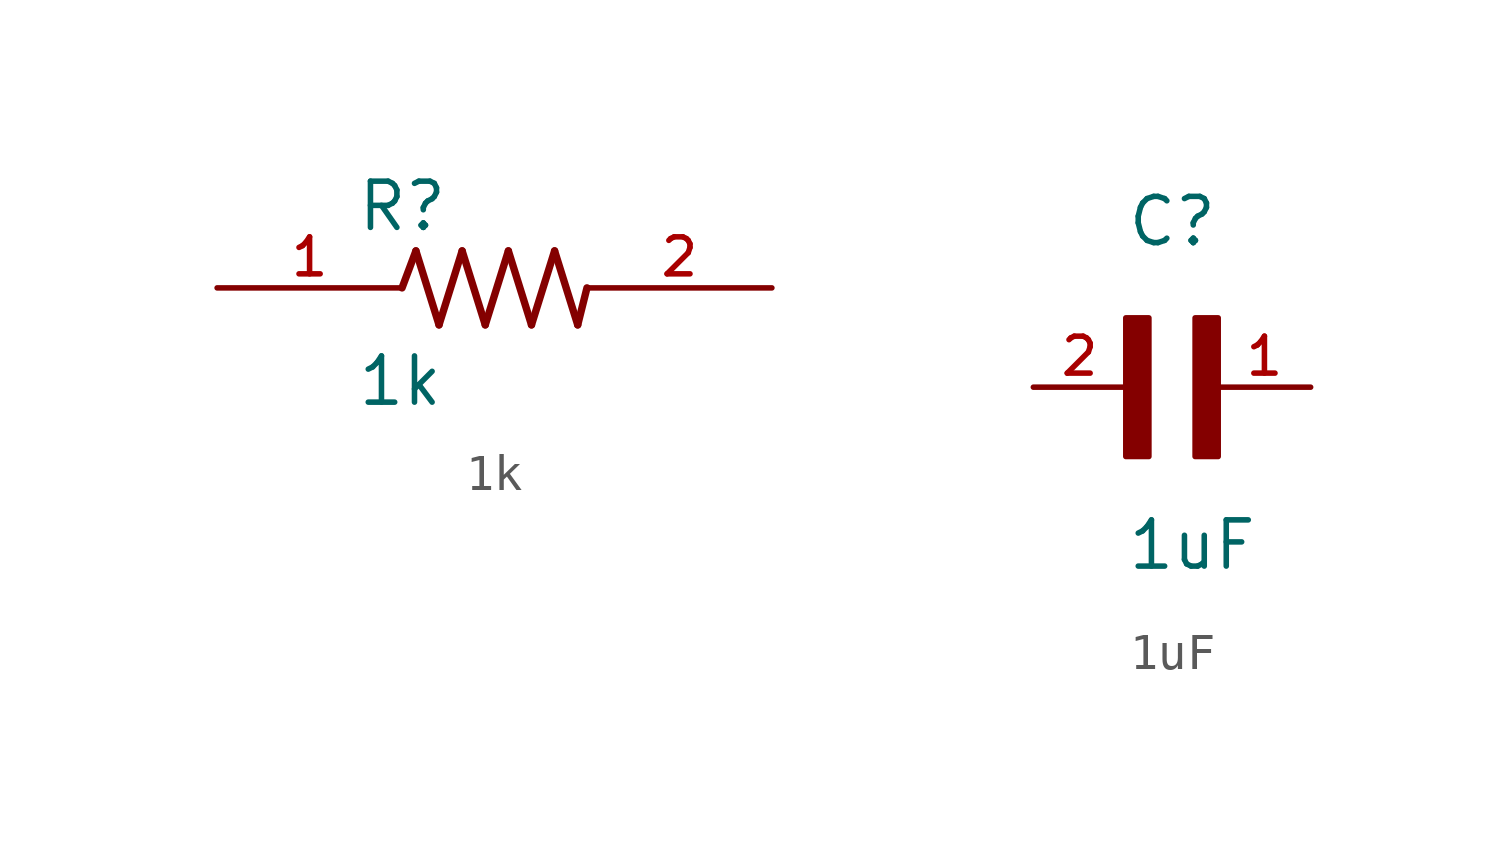
<source format=kicad_sym>
(kicad_symbol_lib
  (version 20211014)
  (generator kicad_symbol_editor)
  (symbol "1k"
    (pin_names
      (offset 1.016) hide)
    (property "Reference" "R"
      (at -3.81 1.499 0)
      (effects (font (size 1.27 1.27)) (justify left bottom)))
    (property "Value" "1k"
      (at -3.81 -3.302 0)
      (effects (font (size 1.27 1.27)) (justify left bottom)))
    (property "ki_locked" ""
      (at 0 0 0)
      (effects (font (size 1.27 1.27))))
    (symbol "1k_0_0"
      (polyline (pts (xy -2.54 0) (xy -2.159 1.016)) (stroke (width 0.203) (type default) (color 0 0 0 0)) (fill (type none)))
      (polyline (pts (xy -2.159 1.016) (xy -1.524 -1.016)) (stroke (width 0.203) (type default) (color 0 0 0 0)) (fill (type none)))
      (polyline (pts (xy -1.524 -1.016) (xy -0.889 1.016)) (stroke (width 0.203) (type default) (color 0 0 0 0)) (fill (type none)))
      (polyline (pts (xy -0.889 1.016) (xy -0.254 -1.016)) (stroke (width 0.203) (type default) (color 0 0 0 0)) (fill (type none)))
      (polyline (pts (xy -0.254 -1.016) (xy 0.381 1.016)) (stroke (width 0.203) (type default) (color 0 0 0 0)) (fill (type none)))
      (polyline (pts (xy 0.381 1.016) (xy 1.016 -1.016)) (stroke (width 0.203) (type default) (color 0 0 0 0)) (fill (type none)))
      (polyline (pts (xy 1.016 -1.016) (xy 1.651 1.016)) (stroke (width 0.203) (type default) (color 0 0 0 0)) (fill (type none)))
      (polyline (pts (xy 1.651 1.016) (xy 2.286 -1.016)) (stroke (width 0.203) (type default) (color 0 0 0 0)) (fill (type none)))
      (polyline (pts (xy 2.286 -1.016) (xy 2.54 0)) (stroke (width 0.203) (type default) (color 0 0 0 0)) (fill (type none)))
      (pin passive line (at -7.62 0 0) (length 5.08) (name "~" (effects (font (size 1.016 1.016)))) (number "1" (effects (font (size 1.016 1.016)))))
      (pin passive line (at 7.62 0 180) (length 5.08) (name "~" (effects (font (size 1.016 1.016)))) (number "2" (effects (font (size 1.016 1.016)))))))
  (symbol "1uF"
    (pin_names
      (offset 1.016) hide)
    (property "Reference" "C"
      (at 0 3.81 0)
      (effects (font (size 1.27 1.27)) (justify left bottom)))
    (property "Value" "1uF"
      (at 0 -5.08 0)
      (effects (font (size 1.27 1.27)) (justify left bottom)))
    (property "ki_locked" ""
      (at 0 0 0)
      (effects (font (size 1.27 1.27))))
    (symbol "1uF_0_0"
      (rectangle (start 0 -1.905) (end 0.635 1.905) (stroke (width 0) (type default) (color 0 0 0 0)) (fill (type outline)))
      (rectangle (start 1.905 -1.905) (end 2.54 1.905) (stroke (width 0) (type default) (color 0 0 0 0)) (fill (type outline)))
      (pin passive line (at 5.08 0 180) (length 2.54) (name "~" (effects (font (size 1.016 1.016)))) (number "1" (effects (font (size 1.016 1.016)))))
      (pin passive line (at -2.54 0 0) (length 2.54) (name "~" (effects (font (size 1.016 1.016)))) (number "2" (effects (font (size 1.016 1.016))))))))
</source>
